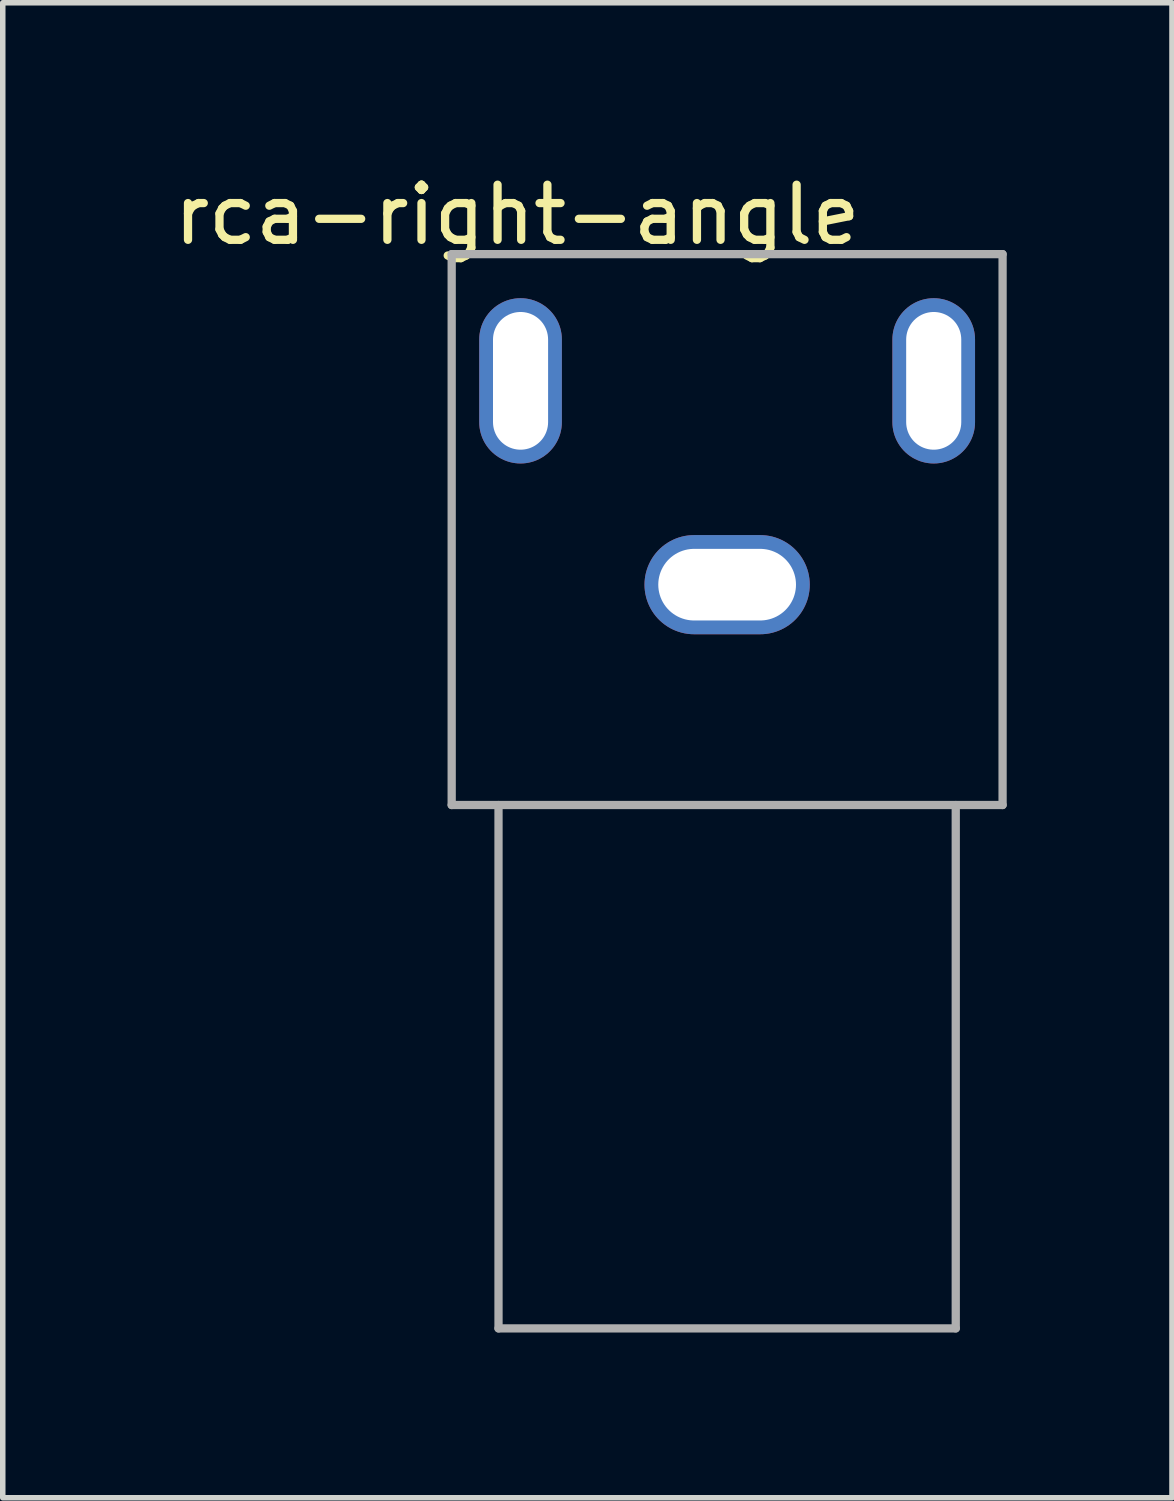
<source format=kicad_pcb>
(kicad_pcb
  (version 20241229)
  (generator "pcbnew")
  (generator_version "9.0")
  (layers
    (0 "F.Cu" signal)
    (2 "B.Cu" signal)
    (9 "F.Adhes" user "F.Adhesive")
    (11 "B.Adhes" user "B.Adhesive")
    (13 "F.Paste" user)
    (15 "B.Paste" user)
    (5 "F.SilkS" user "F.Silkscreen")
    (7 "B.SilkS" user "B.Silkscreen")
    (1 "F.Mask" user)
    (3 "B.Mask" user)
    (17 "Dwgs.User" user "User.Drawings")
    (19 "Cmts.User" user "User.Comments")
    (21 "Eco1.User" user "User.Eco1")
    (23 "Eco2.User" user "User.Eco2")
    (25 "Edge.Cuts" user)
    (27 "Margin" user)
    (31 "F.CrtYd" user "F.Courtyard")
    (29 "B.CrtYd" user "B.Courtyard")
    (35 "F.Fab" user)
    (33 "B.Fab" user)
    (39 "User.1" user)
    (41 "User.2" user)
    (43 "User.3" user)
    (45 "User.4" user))
  (footprint "rca-right-angle"
    (layer "F.Cu")
    (at 10.149 6.563)
    (property "Reference" "rca-right-angle" (at -3.81 -5.715 0) (layer "F.SilkS") (effects (font (size 1 1) (thickness 0.15))))
    (attr through_hole)
    (fp_line (start -5 -5) (end -5 5) (stroke (width 0.15) (type solid)) (layer "F.Fab"))
    (fp_line (start -5 -5) (end 5 -5) (stroke (width 0.15) (type solid)) (layer "F.Fab"))
    (fp_line (start -5 5) (end 5 5) (stroke (width 0.15) (type solid)) (layer "F.Fab"))
    (fp_line (start -4.15 5) (end -4.15 14.5) (stroke (width 0.15) (type solid)) (layer "F.Fab"))
    (fp_line (start -4.15 14.5) (end 4.15 14.5) (stroke (width 0.15) (type solid)) (layer "F.Fab"))
    (fp_line (start 4.15 5) (end 4.15 14.5) (stroke (width 0.15) (type solid)) (layer "F.Fab"))
    (fp_line (start 5 -5) (end 5 5) (stroke (width 0.15) (type solid)) (layer "F.Fab"))
    (pad "1" thru_hole oval (at 0 1) (size 3 1.8) (drill oval 2.5 1.3) (layers "*.Cu" "*.Mask"))
    (pad "2" thru_hole oval (at -3.75 -2.7) (size 1.5 3) (drill oval 1 2.5) (layers "*.Cu" "*.Mask"))
    (pad "2" thru_hole oval (at 3.75 -2.7) (size 1.5 3) (drill oval 1 2.5) (layers "*.Cu" "*.Mask")))
  (gr_rect
    (start -3 -3)
    (end 18.224 24.138)
    (stroke (width 0.1) (type default))
    (fill no)
    (layer "Edge.Cuts")))
</source>
